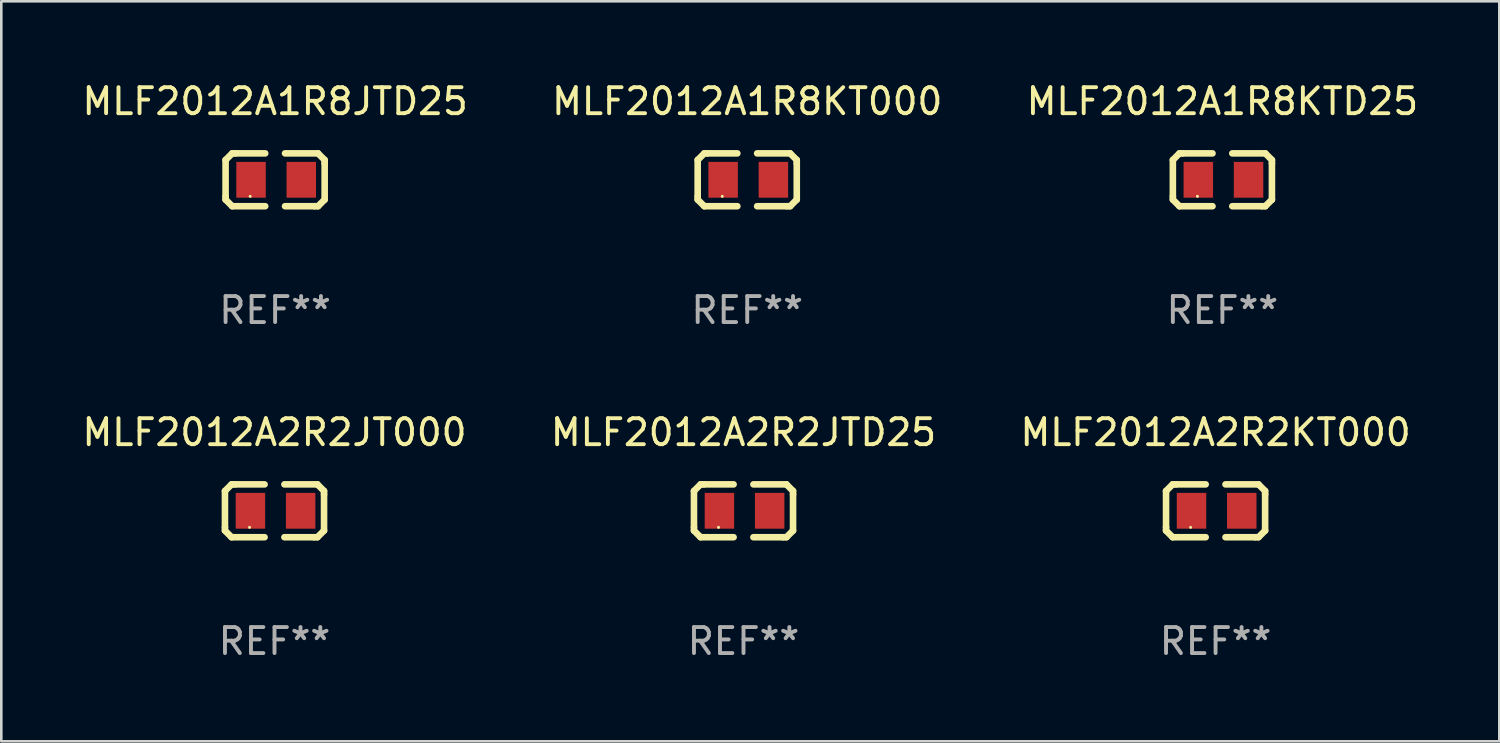
<source format=kicad_pcb>
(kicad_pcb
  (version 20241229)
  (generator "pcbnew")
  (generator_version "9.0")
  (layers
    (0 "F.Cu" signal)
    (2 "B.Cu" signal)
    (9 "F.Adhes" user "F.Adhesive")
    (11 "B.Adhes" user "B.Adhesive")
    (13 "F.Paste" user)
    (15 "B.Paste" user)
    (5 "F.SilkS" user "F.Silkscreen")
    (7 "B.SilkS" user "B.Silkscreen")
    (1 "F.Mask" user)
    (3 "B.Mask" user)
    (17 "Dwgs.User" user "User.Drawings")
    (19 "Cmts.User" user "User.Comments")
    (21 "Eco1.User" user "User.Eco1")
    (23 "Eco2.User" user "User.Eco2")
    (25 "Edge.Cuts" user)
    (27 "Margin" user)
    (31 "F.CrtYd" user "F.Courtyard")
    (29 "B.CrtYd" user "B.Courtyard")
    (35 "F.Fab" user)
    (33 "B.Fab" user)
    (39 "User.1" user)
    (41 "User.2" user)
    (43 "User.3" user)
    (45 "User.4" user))
  (footprint "MLF2012A2R2KT000"
    (layer "F.Cu")
    (at 43.696 16.593)
    (property "Reference" "MLF2012A2R2KT000" (at 0 -3.016 0) (layer "F.SilkS") (effects (font (size 1 1) (thickness 0.15))))
    (attr through_hole)
    (fp_line (start -1.905 -0.762) (end -1.905 0.635) (stroke (width 0.254) (type solid)) (layer "F.SilkS"))
    (fp_line (start -1.905 0.635) (end -1.905 0.762) (stroke (width 0.254) (type solid)) (layer "F.SilkS"))
    (fp_line (start -1.905 0.762) (end -1.651 1.016) (stroke (width 0.254) (type solid)) (layer "F.SilkS"))
    (fp_line (start -1.651 -1.016) (end -1.905 -0.762) (stroke (width 0.254) (type solid)) (layer "F.SilkS"))
    (fp_line (start -1.651 1.016) (end -0.381 1.016) (stroke (width 0.254) (type solid)) (layer "F.SilkS"))
    (fp_line (start -1.524 -1.016) (end -1.651 -1.016) (stroke (width 0.254) (type solid)) (layer "F.SilkS"))
    (fp_line (start -0.381 -1.016) (end -1.524 -1.016) (stroke (width 0.254) (type solid)) (layer "F.SilkS"))
    (fp_line (start 0.381 1.016) (end 1.524 1.016) (stroke (width 0.254) (type solid)) (layer "F.SilkS"))
    (fp_line (start 1.524 1.016) (end 1.651 1.016) (stroke (width 0.254) (type solid)) (layer "F.SilkS"))
    (fp_line (start 1.651 -1.016) (end 0.381 -1.016) (stroke (width 0.254) (type solid)) (layer "F.SilkS"))
    (fp_line (start 1.651 1.016) (end 1.905 0.762) (stroke (width 0.254) (type solid)) (layer "F.SilkS"))
    (fp_line (start 1.905 -0.762) (end 1.651 -1.016) (stroke (width 0.254) (type solid)) (layer "F.SilkS"))
    (fp_line (start 1.905 -0.635) (end 1.905 -0.762) (stroke (width 0.254) (type solid)) (layer "F.SilkS"))
    (fp_line (start 1.905 0.762) (end 1.905 -0.635) (stroke (width 0.254) (type solid)) (layer "F.SilkS"))
    (fp_circle (center -0.96 0.637) (end -0.93 0.637) (stroke (width 0.06) (type solid)) (fill no) (layer "F.SilkS"))
    (fp_text user "REF**" (at 0 5.016 0) (layer "F.Fab") (effects (font (size 1 1) (thickness 0.15))))
    (pad "1" smd rect (at -0.926 -0.000051) (size 1.133 1.377) (layers "F.Cu" "F.Mask" "F.Paste"))
    (pad "2" smd rect (at 1.006 -0.000051) (size 1.133 1.377) (layers "F.Cu" "F.Mask" "F.Paste")))
  (footprint "MLF2012A1R8JTD25"
    (layer "F.Cu")
    (at 7.53 3.864)
    (property "Reference" "MLF2012A1R8JTD25" (at 0 -3.016 0) (layer "F.SilkS") (effects (font (size 1 1) (thickness 0.15))))
    (attr through_hole)
    (fp_line (start -1.905 -0.762) (end -1.905 0.635) (stroke (width 0.254) (type solid)) (layer "F.SilkS"))
    (fp_line (start -1.905 0.635) (end -1.905 0.762) (stroke (width 0.254) (type solid)) (layer "F.SilkS"))
    (fp_line (start -1.905 0.762) (end -1.651 1.016) (stroke (width 0.254) (type solid)) (layer "F.SilkS"))
    (fp_line (start -1.651 -1.016) (end -1.905 -0.762) (stroke (width 0.254) (type solid)) (layer "F.SilkS"))
    (fp_line (start -1.651 1.016) (end -0.381 1.016) (stroke (width 0.254) (type solid)) (layer "F.SilkS"))
    (fp_line (start -1.524 -1.016) (end -1.651 -1.016) (stroke (width 0.254) (type solid)) (layer "F.SilkS"))
    (fp_line (start -0.381 -1.016) (end -1.524 -1.016) (stroke (width 0.254) (type solid)) (layer "F.SilkS"))
    (fp_line (start 0.381 1.016) (end 1.524 1.016) (stroke (width 0.254) (type solid)) (layer "F.SilkS"))
    (fp_line (start 1.524 1.016) (end 1.651 1.016) (stroke (width 0.254) (type solid)) (layer "F.SilkS"))
    (fp_line (start 1.651 -1.016) (end 0.381 -1.016) (stroke (width 0.254) (type solid)) (layer "F.SilkS"))
    (fp_line (start 1.651 1.016) (end 1.905 0.762) (stroke (width 0.254) (type solid)) (layer "F.SilkS"))
    (fp_line (start 1.905 -0.762) (end 1.651 -1.016) (stroke (width 0.254) (type solid)) (layer "F.SilkS"))
    (fp_line (start 1.905 -0.635) (end 1.905 -0.762) (stroke (width 0.254) (type solid)) (layer "F.SilkS"))
    (fp_line (start 1.905 0.762) (end 1.905 -0.635) (stroke (width 0.254) (type solid)) (layer "F.SilkS"))
    (fp_circle (center -0.96 0.637) (end -0.93 0.637) (stroke (width 0.06) (type solid)) (fill no) (layer "F.SilkS"))
    (fp_text user "REF**" (at 0 5.016 0) (layer "F.Fab") (effects (font (size 1 1) (thickness 0.15))))
    (pad "1" smd rect (at -0.926 -0.000051) (size 1.133 1.377) (layers "F.Cu" "F.Mask" "F.Paste"))
    (pad "2" smd rect (at 1.006 -0.000051) (size 1.133 1.377) (layers "F.Cu" "F.Mask" "F.Paste")))
  (footprint "MLF2012A2R2JT000"
    (layer "F.Cu")
    (at 7.506 16.593)
    (property "Reference" "MLF2012A2R2JT000" (at 0 -3.016 0) (layer "F.SilkS") (effects (font (size 1 1) (thickness 0.15))))
    (attr through_hole)
    (fp_line (start -1.905 -0.762) (end -1.905 0.635) (stroke (width 0.254) (type solid)) (layer "F.SilkS"))
    (fp_line (start -1.905 0.635) (end -1.905 0.762) (stroke (width 0.254) (type solid)) (layer "F.SilkS"))
    (fp_line (start -1.905 0.762) (end -1.651 1.016) (stroke (width 0.254) (type solid)) (layer "F.SilkS"))
    (fp_line (start -1.651 -1.016) (end -1.905 -0.762) (stroke (width 0.254) (type solid)) (layer "F.SilkS"))
    (fp_line (start -1.651 1.016) (end -0.381 1.016) (stroke (width 0.254) (type solid)) (layer "F.SilkS"))
    (fp_line (start -1.524 -1.016) (end -1.651 -1.016) (stroke (width 0.254) (type solid)) (layer "F.SilkS"))
    (fp_line (start -0.381 -1.016) (end -1.524 -1.016) (stroke (width 0.254) (type solid)) (layer "F.SilkS"))
    (fp_line (start 0.381 1.016) (end 1.524 1.016) (stroke (width 0.254) (type solid)) (layer "F.SilkS"))
    (fp_line (start 1.524 1.016) (end 1.651 1.016) (stroke (width 0.254) (type solid)) (layer "F.SilkS"))
    (fp_line (start 1.651 -1.016) (end 0.381 -1.016) (stroke (width 0.254) (type solid)) (layer "F.SilkS"))
    (fp_line (start 1.651 1.016) (end 1.905 0.762) (stroke (width 0.254) (type solid)) (layer "F.SilkS"))
    (fp_line (start 1.905 -0.762) (end 1.651 -1.016) (stroke (width 0.254) (type solid)) (layer "F.SilkS"))
    (fp_line (start 1.905 -0.635) (end 1.905 -0.762) (stroke (width 0.254) (type solid)) (layer "F.SilkS"))
    (fp_line (start 1.905 0.762) (end 1.905 -0.635) (stroke (width 0.254) (type solid)) (layer "F.SilkS"))
    (fp_circle (center -0.96 0.637) (end -0.93 0.637) (stroke (width 0.06) (type solid)) (fill no) (layer "F.SilkS"))
    (fp_text user "REF**" (at 0 5.016 0) (layer "F.Fab") (effects (font (size 1 1) (thickness 0.15))))
    (pad "1" smd rect (at -0.926 -0.000051) (size 1.133 1.377) (layers "F.Cu" "F.Mask" "F.Paste"))
    (pad "2" smd rect (at 1.006 -0.000051) (size 1.133 1.377) (layers "F.Cu" "F.Mask" "F.Paste")))
  (footprint "MLF2012A1R8KTD25"
    (layer "F.Cu")
    (at 43.958 3.864)
    (property "Reference" "MLF2012A1R8KTD25" (at 0 -3.016 0) (layer "F.SilkS") (effects (font (size 1 1) (thickness 0.15))))
    (attr through_hole)
    (fp_line (start -1.905 -0.762) (end -1.905 0.635) (stroke (width 0.254) (type solid)) (layer "F.SilkS"))
    (fp_line (start -1.905 0.635) (end -1.905 0.762) (stroke (width 0.254) (type solid)) (layer "F.SilkS"))
    (fp_line (start -1.905 0.762) (end -1.651 1.016) (stroke (width 0.254) (type solid)) (layer "F.SilkS"))
    (fp_line (start -1.651 -1.016) (end -1.905 -0.762) (stroke (width 0.254) (type solid)) (layer "F.SilkS"))
    (fp_line (start -1.651 1.016) (end -0.381 1.016) (stroke (width 0.254) (type solid)) (layer "F.SilkS"))
    (fp_line (start -1.524 -1.016) (end -1.651 -1.016) (stroke (width 0.254) (type solid)) (layer "F.SilkS"))
    (fp_line (start -0.381 -1.016) (end -1.524 -1.016) (stroke (width 0.254) (type solid)) (layer "F.SilkS"))
    (fp_line (start 0.381 1.016) (end 1.524 1.016) (stroke (width 0.254) (type solid)) (layer "F.SilkS"))
    (fp_line (start 1.524 1.016) (end 1.651 1.016) (stroke (width 0.254) (type solid)) (layer "F.SilkS"))
    (fp_line (start 1.651 -1.016) (end 0.381 -1.016) (stroke (width 0.254) (type solid)) (layer "F.SilkS"))
    (fp_line (start 1.651 1.016) (end 1.905 0.762) (stroke (width 0.254) (type solid)) (layer "F.SilkS"))
    (fp_line (start 1.905 -0.762) (end 1.651 -1.016) (stroke (width 0.254) (type solid)) (layer "F.SilkS"))
    (fp_line (start 1.905 -0.635) (end 1.905 -0.762) (stroke (width 0.254) (type solid)) (layer "F.SilkS"))
    (fp_line (start 1.905 0.762) (end 1.905 -0.635) (stroke (width 0.254) (type solid)) (layer "F.SilkS"))
    (fp_circle (center -0.96 0.637) (end -0.93 0.637) (stroke (width 0.06) (type solid)) (fill no) (layer "F.SilkS"))
    (fp_text user "REF**" (at 0 5.016 0) (layer "F.Fab") (effects (font (size 1 1) (thickness 0.15))))
    (pad "1" smd rect (at -0.926 -0.000051) (size 1.133 1.377) (layers "F.Cu" "F.Mask" "F.Paste"))
    (pad "2" smd rect (at 1.006 -0.000051) (size 1.133 1.377) (layers "F.Cu" "F.Mask" "F.Paste")))
  (footprint "MLF2012A1R8KT000"
    (layer "F.Cu")
    (at 25.685 3.864)
    (property "Reference" "MLF2012A1R8KT000" (at 0 -3.016 0) (layer "F.SilkS") (effects (font (size 1 1) (thickness 0.15))))
    (attr through_hole)
    (fp_line (start -1.905 -0.762) (end -1.905 0.635) (stroke (width 0.254) (type solid)) (layer "F.SilkS"))
    (fp_line (start -1.905 0.635) (end -1.905 0.762) (stroke (width 0.254) (type solid)) (layer "F.SilkS"))
    (fp_line (start -1.905 0.762) (end -1.651 1.016) (stroke (width 0.254) (type solid)) (layer "F.SilkS"))
    (fp_line (start -1.651 -1.016) (end -1.905 -0.762) (stroke (width 0.254) (type solid)) (layer "F.SilkS"))
    (fp_line (start -1.651 1.016) (end -0.381 1.016) (stroke (width 0.254) (type solid)) (layer "F.SilkS"))
    (fp_line (start -1.524 -1.016) (end -1.651 -1.016) (stroke (width 0.254) (type solid)) (layer "F.SilkS"))
    (fp_line (start -0.381 -1.016) (end -1.524 -1.016) (stroke (width 0.254) (type solid)) (layer "F.SilkS"))
    (fp_line (start 0.381 1.016) (end 1.524 1.016) (stroke (width 0.254) (type solid)) (layer "F.SilkS"))
    (fp_line (start 1.524 1.016) (end 1.651 1.016) (stroke (width 0.254) (type solid)) (layer "F.SilkS"))
    (fp_line (start 1.651 -1.016) (end 0.381 -1.016) (stroke (width 0.254) (type solid)) (layer "F.SilkS"))
    (fp_line (start 1.651 1.016) (end 1.905 0.762) (stroke (width 0.254) (type solid)) (layer "F.SilkS"))
    (fp_line (start 1.905 -0.762) (end 1.651 -1.016) (stroke (width 0.254) (type solid)) (layer "F.SilkS"))
    (fp_line (start 1.905 -0.635) (end 1.905 -0.762) (stroke (width 0.254) (type solid)) (layer "F.SilkS"))
    (fp_line (start 1.905 0.762) (end 1.905 -0.635) (stroke (width 0.254) (type solid)) (layer "F.SilkS"))
    (fp_circle (center -0.96 0.637) (end -0.93 0.637) (stroke (width 0.06) (type solid)) (fill no) (layer "F.SilkS"))
    (fp_text user "REF**" (at 0 5.016 0) (layer "F.Fab") (effects (font (size 1 1) (thickness 0.15))))
    (pad "1" smd rect (at -0.926 -0.000051) (size 1.133 1.377) (layers "F.Cu" "F.Mask" "F.Paste"))
    (pad "2" smd rect (at 1.006 -0.000051) (size 1.133 1.377) (layers "F.Cu" "F.Mask" "F.Paste")))
  (footprint "MLF2012A2R2JTD25"
    (layer "F.Cu")
    (at 25.542 16.593)
    (property "Reference" "MLF2012A2R2JTD25" (at 0 -3.016 0) (layer "F.SilkS") (effects (font (size 1 1) (thickness 0.15))))
    (attr through_hole)
    (fp_line (start -1.905 -0.762) (end -1.905 0.635) (stroke (width 0.254) (type solid)) (layer "F.SilkS"))
    (fp_line (start -1.905 0.635) (end -1.905 0.762) (stroke (width 0.254) (type solid)) (layer "F.SilkS"))
    (fp_line (start -1.905 0.762) (end -1.651 1.016) (stroke (width 0.254) (type solid)) (layer "F.SilkS"))
    (fp_line (start -1.651 -1.016) (end -1.905 -0.762) (stroke (width 0.254) (type solid)) (layer "F.SilkS"))
    (fp_line (start -1.651 1.016) (end -0.381 1.016) (stroke (width 0.254) (type solid)) (layer "F.SilkS"))
    (fp_line (start -1.524 -1.016) (end -1.651 -1.016) (stroke (width 0.254) (type solid)) (layer "F.SilkS"))
    (fp_line (start -0.381 -1.016) (end -1.524 -1.016) (stroke (width 0.254) (type solid)) (layer "F.SilkS"))
    (fp_line (start 0.381 1.016) (end 1.524 1.016) (stroke (width 0.254) (type solid)) (layer "F.SilkS"))
    (fp_line (start 1.524 1.016) (end 1.651 1.016) (stroke (width 0.254) (type solid)) (layer "F.SilkS"))
    (fp_line (start 1.651 -1.016) (end 0.381 -1.016) (stroke (width 0.254) (type solid)) (layer "F.SilkS"))
    (fp_line (start 1.651 1.016) (end 1.905 0.762) (stroke (width 0.254) (type solid)) (layer "F.SilkS"))
    (fp_line (start 1.905 -0.762) (end 1.651 -1.016) (stroke (width 0.254) (type solid)) (layer "F.SilkS"))
    (fp_line (start 1.905 -0.635) (end 1.905 -0.762) (stroke (width 0.254) (type solid)) (layer "F.SilkS"))
    (fp_line (start 1.905 0.762) (end 1.905 -0.635) (stroke (width 0.254) (type solid)) (layer "F.SilkS"))
    (fp_circle (center -0.96 0.637) (end -0.93 0.637) (stroke (width 0.06) (type solid)) (fill no) (layer "F.SilkS"))
    (fp_text user "REF**" (at 0 5.016 0) (layer "F.Fab") (effects (font (size 1 1) (thickness 0.15))))
    (pad "1" smd rect (at -0.926 -0.000051) (size 1.133 1.377) (layers "F.Cu" "F.Mask" "F.Paste"))
    (pad "2" smd rect (at 1.006 -0.000051) (size 1.133 1.377) (layers "F.Cu" "F.Mask" "F.Paste")))
  (gr_rect
    (start -3 -3)
    (end 54.607 25.457)
    (stroke (width 0.1) (type default))
    (fill no)
    (layer "Edge.Cuts")))
</source>
